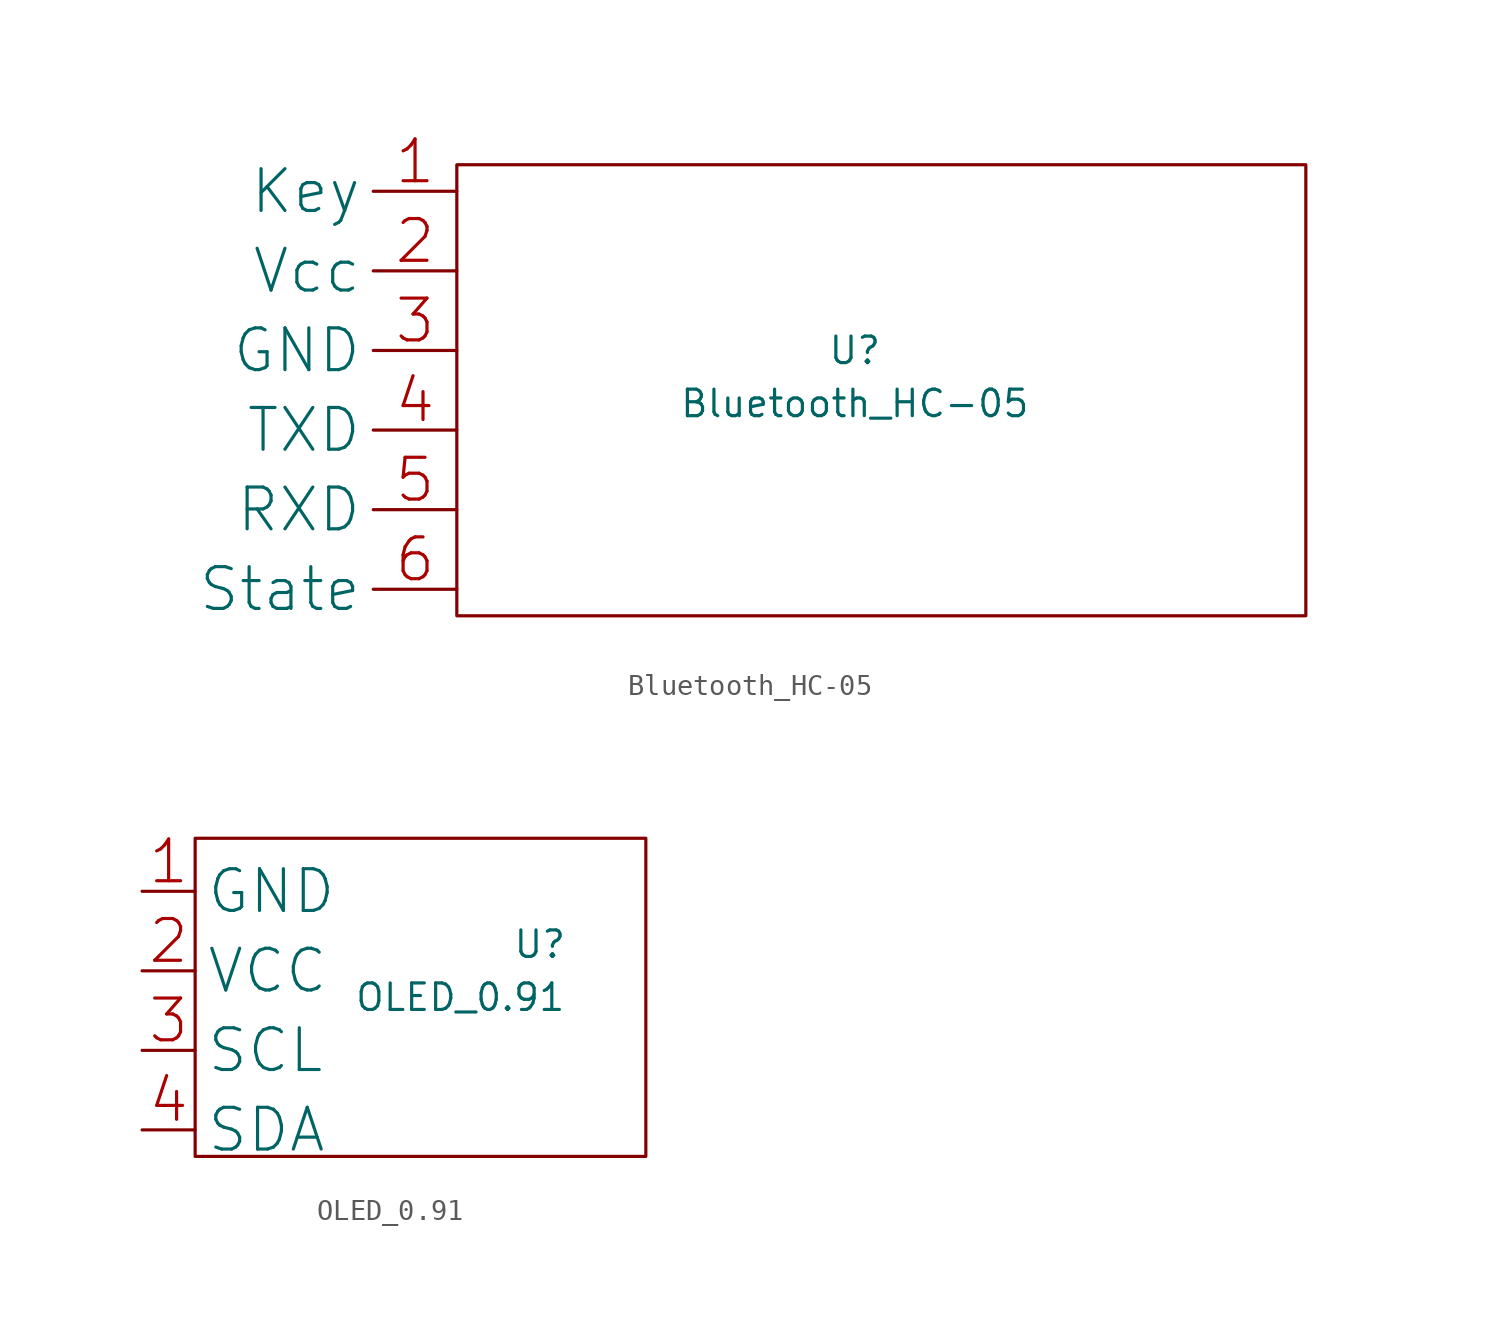
<source format=kicad_sym>
(kicad_symbol_lib
  (version 20211014)
  (generator kicad_symbol_editor)
  (symbol "Bluetooth_HC-05"
    (property "Reference" "U"
      (at 0 1.27 0)
      (effects (font (size 1.27 1.27))))
    (property "Value" "Bluetooth_HC-05"
      (at 0 -1.27 0)
      (effects (font (size 1.27 1.27))))
    (symbol "Bluetooth_HC-05_0_1"
      (rectangle (start -19.05 10.16) (end 21.59 -11.43) (stroke (width 0) (type default) (color 0 0 0 0)) (fill (type none))))
    (symbol "Bluetooth_HC-05_1_1"
      (pin input line (at -19.05 8.89 180) (length 4) (name "Key" (effects (font (size 2 2)))) (number "1" (effects (font (size 2 2)))))
      (pin input line (at -19.05 5.08 180) (length 4) (name "Vcc" (effects (font (size 2 2)))) (number "2" (effects (font (size 2 2)))))
      (pin input line (at -19.05 1.27 180) (length 4) (name "GND" (effects (font (size 2 2)))) (number "3" (effects (font (size 2 2)))))
      (pin output line (at -19.05 -2.54 180) (length 4) (name "TXD" (effects (font (size 2 2)))) (number "4" (effects (font (size 2 2)))))
      (pin input line (at -19.05 -6.35 180) (length 4) (name "RXD" (effects (font (size 2 2)))) (number "5" (effects (font (size 2 2)))))
      (pin input line (at -19.05 -10.16 180) (length 4) (name "State" (effects (font (size 2 2)))) (number "6" (effects (font (size 2 2)))))))
  (symbol "OLED_0.91"
    (property "Reference" "U"
      (at 6.35 1.27 0)
      (effects (font (size 1.27 1.27))))
    (property "Value" "OLED_0.91"
      (at 2.54 -1.27 0)
      (effects (font (size 1.27 1.27))))
    (symbol "OLED_0.91_0_1"
      (rectangle (start -10.16 6.35) (end 11.43 -8.89) (stroke (width 0) (type default) (color 0 0 0 0)) (fill (type none))))
    (symbol "OLED_0.91_1_1"
      (pin input line (at -12.7 3.81 0) (length 2.54) (name "GND" (effects (font (size 2 2)))) (number "1" (effects (font (size 2 2)))))
      (pin input line (at -12.7 0 0) (length 2.54) (name "VCC" (effects (font (size 2 2)))) (number "2" (effects (font (size 2 2)))))
      (pin input line (at -12.7 -3.81 0) (length 2.54) (name "SCL" (effects (font (size 2 2)))) (number "3" (effects (font (size 2 2)))))
      (pin input line (at -12.7 -7.62 0) (length 2.54) (name "SDA" (effects (font (size 2 2)))) (number "4" (effects (font (size 2 2))))))))
</source>
